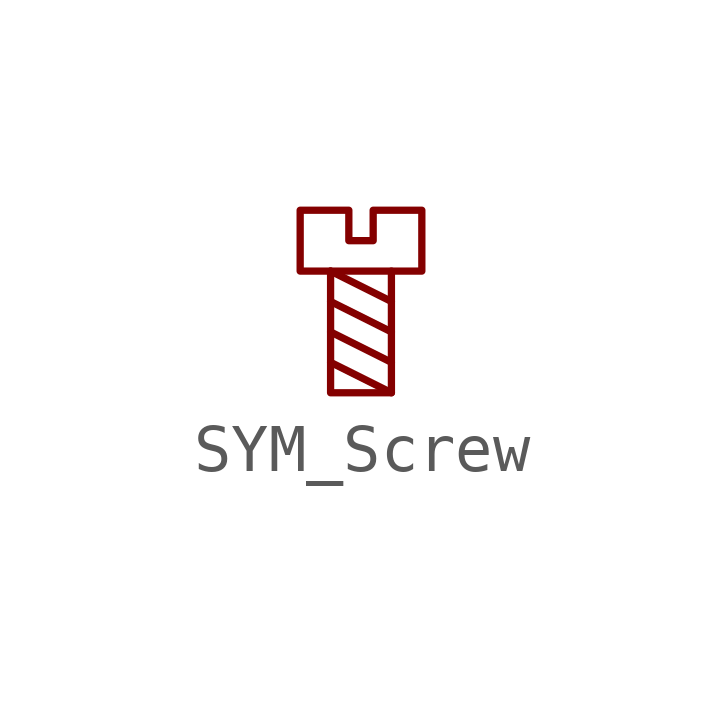
<source format=kicad_sym>
(kicad_symbol_lib
  (version 20220914)
  (generator kicad_symbol_editor)
  (symbol "SYM_Screw"
    (property "Reference" "#SYM"
      (at 0 4.064 0)
      (effects (font (size 1.27 1.27)) hide))
    (symbol "SYM_Screw_0_1"
      (polyline (pts (xy -0.635 -0.635) (xy 0.635 -1.27)) (stroke (width 0) (type default)) (fill (type none)))
      (polyline (pts (xy -0.635 0) (xy 0.635 -0.635)) (stroke (width 0) (type default)) (fill (type none)))
      (polyline (pts (xy -0.635 0.635) (xy 0.635 0)) (stroke (width 0) (type default)) (fill (type none)))
      (polyline (pts (xy -0.635 1.27) (xy 0.635 0.635)) (stroke (width 0) (type default)) (fill (type none)))
      (polyline (pts (xy -0.635 1.27) (xy 0.635 1.27)) (stroke (width 0) (type default)) (fill (type none)))
      (polyline (pts (xy 0.635 -1.27) (xy 0.635 1.27) (xy 1.27 1.27) (xy 1.27 2.54) (xy 0.254 2.54) (xy 0.254 1.905) (xy -0.254 1.905) (xy -0.254 2.54) (xy -1.27 2.54) (xy -1.27 1.27) (xy -0.635 1.27) (xy -0.635 -1.27) (xy 0.635 -1.27)) (stroke (width 0) (type default)) (fill (type none))))))
</source>
